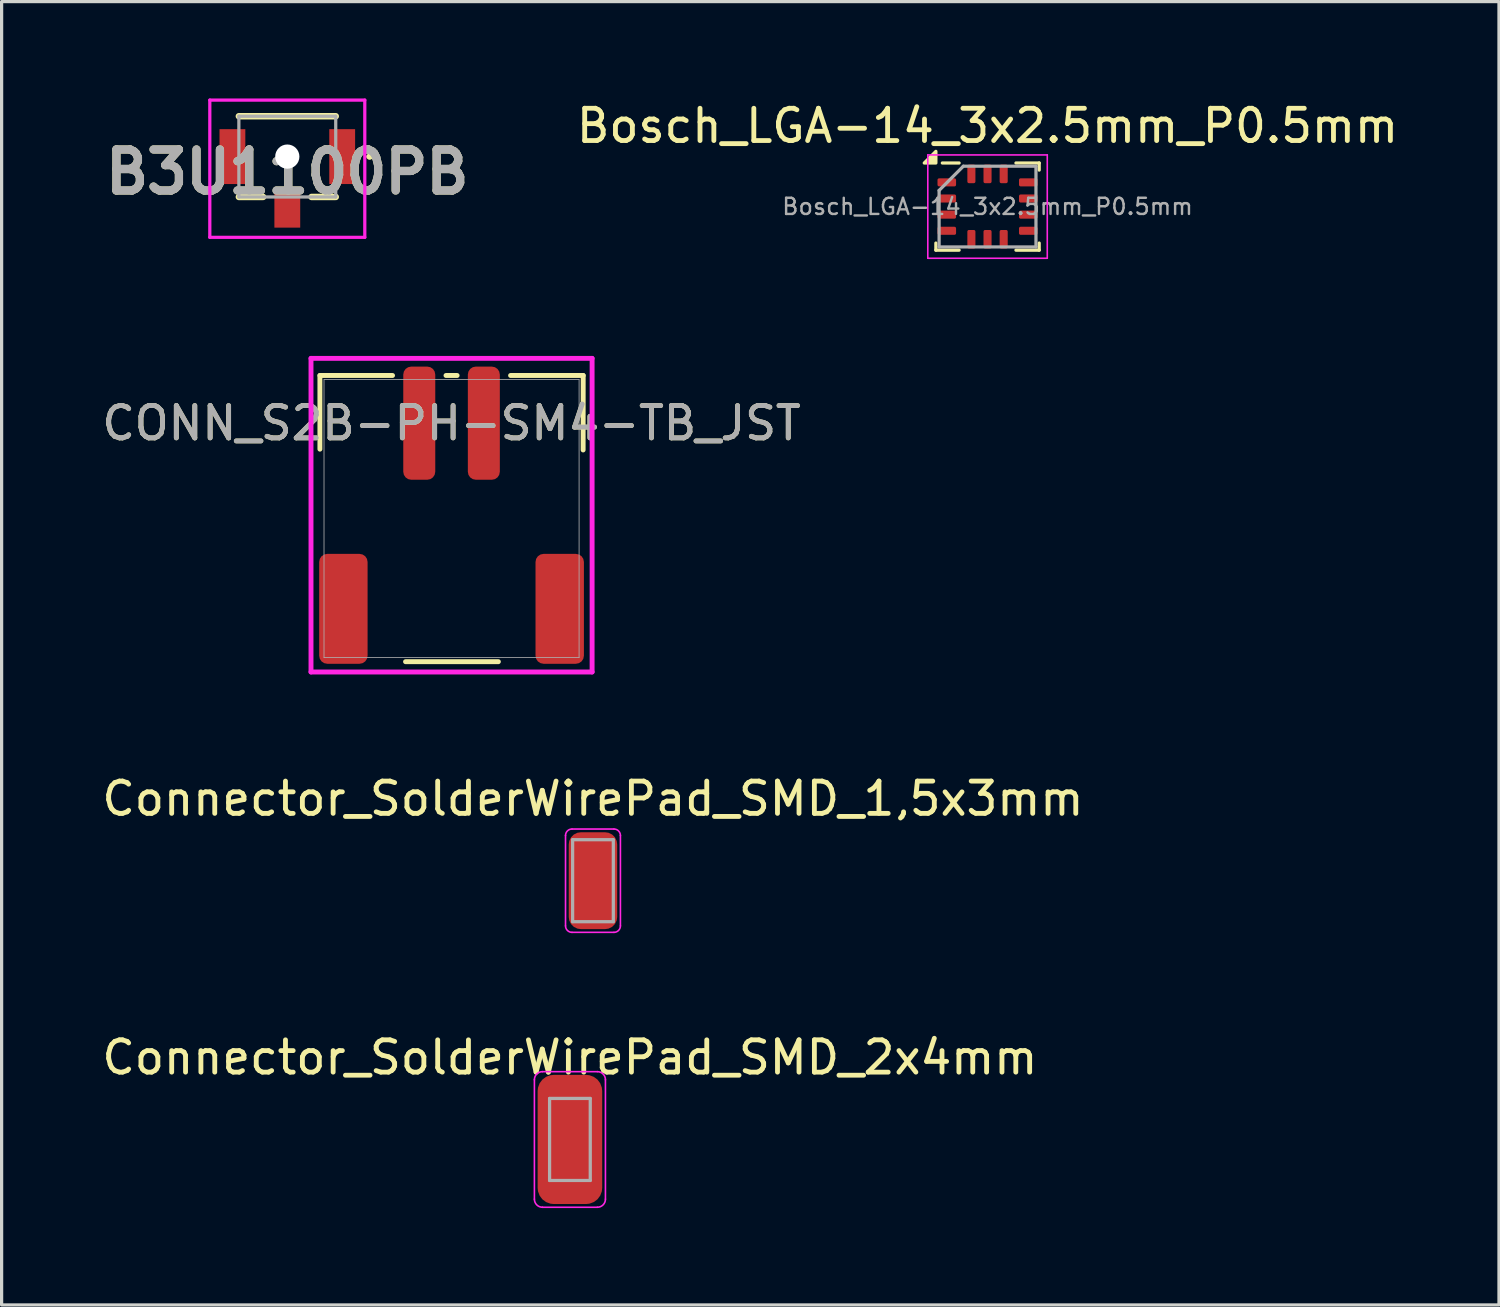
<source format=kicad_pcb>
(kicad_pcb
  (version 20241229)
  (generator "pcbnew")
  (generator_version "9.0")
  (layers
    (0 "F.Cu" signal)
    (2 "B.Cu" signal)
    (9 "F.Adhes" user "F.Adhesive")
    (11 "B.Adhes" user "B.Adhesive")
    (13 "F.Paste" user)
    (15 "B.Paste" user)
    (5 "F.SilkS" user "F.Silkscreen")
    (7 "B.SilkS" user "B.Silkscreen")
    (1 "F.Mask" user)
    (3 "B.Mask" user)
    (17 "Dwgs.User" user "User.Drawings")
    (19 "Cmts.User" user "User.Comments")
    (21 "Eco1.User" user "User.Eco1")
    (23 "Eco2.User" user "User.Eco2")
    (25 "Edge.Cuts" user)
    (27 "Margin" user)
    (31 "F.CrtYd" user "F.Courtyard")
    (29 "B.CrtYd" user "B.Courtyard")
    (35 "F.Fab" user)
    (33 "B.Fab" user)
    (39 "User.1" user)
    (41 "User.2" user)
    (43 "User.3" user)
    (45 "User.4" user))
  (footprint "Bosch_LGA-14_3x2.5mm_P0.5mm"
    (layer "F.Cu")
    (at 27.535 3.348)
    (property "Reference" "Bosch_LGA-14_3x2.5mm_P0.5mm" (at 0 -2.5 0) (layer "F.SilkS") (effects (font (size 1 1) (thickness 0.15))))
    (attr smd)
    (fp_line (start -1.6 1.35) (end -1.6 1.13) (stroke (width 0.1) (type solid)) (layer "F.SilkS"))
    (fp_line (start -1.6 1.35) (end -0.88 1.35) (stroke (width 0.1) (type solid)) (layer "F.SilkS"))
    (fp_line (start -1.4 -1.35) (end -0.88 -1.35) (stroke (width 0.1) (type solid)) (layer "F.SilkS"))
    (fp_line (start 0.88 -1.35) (end 1.6 -1.35) (stroke (width 0.1) (type solid)) (layer "F.SilkS"))
    (fp_line (start 1.6 -1.35) (end 1.6 -1.13) (stroke (width 0.1) (type solid)) (layer "F.SilkS"))
    (fp_line (start 1.6 1.13) (end 1.6 1.35) (stroke (width 0.1) (type solid)) (layer "F.SilkS"))
    (fp_line (start 1.6 1.35) (end 0.88 1.35) (stroke (width 0.1) (type solid)) (layer "F.SilkS"))
    (fp_poly (pts (xy -1.6 -1.35) (xy -1.96 -1.35) (xy -1.6 -1.71) (xy -1.6 -1.35)) (stroke (width 0.1) (type solid)) (fill yes) (layer "F.SilkS"))
    (fp_line (start -1.85 -1.6) (end 1.85 -1.6) (stroke (width 0.05) (type solid)) (layer "F.CrtYd"))
    (fp_line (start -1.85 1.6) (end -1.85 -1.6) (stroke (width 0.05) (type solid)) (layer "F.CrtYd"))
    (fp_line (start 1.85 -1.6) (end 1.85 1.6) (stroke (width 0.05) (type solid)) (layer "F.CrtYd"))
    (fp_line (start 1.85 1.6) (end -1.85 1.6) (stroke (width 0.05) (type solid)) (layer "F.CrtYd"))
    (fp_line (start -1.5 1.25) (end -1.5 -0.5) (stroke (width 0.1) (type solid)) (layer "F.Fab"))
    (fp_line (start -0.75 -1.25) (end -1.5 -0.5) (stroke (width 0.1) (type solid)) (layer "F.Fab"))
    (fp_line (start -0.75 -1.25) (end 1.5 -1.25) (stroke (width 0.1) (type solid)) (layer "F.Fab"))
    (fp_line (start 1.5 -1.25) (end 1.5 1.25) (stroke (width 0.1) (type solid)) (layer "F.Fab"))
    (fp_line (start 1.5 1.25) (end -1.5 1.25) (stroke (width 0.1) (type solid)) (layer "F.Fab"))
    (fp_text user "${REFERENCE}" (at 0 0 0) (layer "F.Fab") (effects (font (size 0.5 0.5) (thickness 0.075))))
    (pad "1" smd roundrect (at -1.262 -0.75) (size 0.575 0.25) (layers "F.Cu" "F.Mask" "F.Paste") (roundrect_rratio 0.2))
    (pad "2" smd roundrect (at -1.262 -0.25) (size 0.575 0.25) (layers "F.Cu" "F.Mask" "F.Paste") (roundrect_rratio 0.2))
    (pad "3" smd roundrect (at -1.262 0.25) (size 0.575 0.25) (layers "F.Cu" "F.Mask" "F.Paste") (roundrect_rratio 0.2))
    (pad "4" smd roundrect (at -1.262 0.75) (size 0.575 0.25) (layers "F.Cu" "F.Mask" "F.Paste") (roundrect_rratio 0.2))
    (pad "5" smd roundrect (at -0.5 1.012) (size 0.25 0.575) (layers "F.Cu" "F.Mask" "F.Paste") (roundrect_rratio 0.2))
    (pad "6" smd roundrect (at 0 1.012) (size 0.25 0.575) (layers "F.Cu" "F.Mask" "F.Paste") (roundrect_rratio 0.2))
    (pad "7" smd roundrect (at 0.5 1.012) (size 0.25 0.575) (layers "F.Cu" "F.Mask" "F.Paste") (roundrect_rratio 0.2))
    (pad "8" smd roundrect (at 1.262 0.75) (size 0.575 0.25) (layers "F.Cu" "F.Mask" "F.Paste") (roundrect_rratio 0.2))
    (pad "9" smd roundrect (at 1.262 0.25) (size 0.575 0.25) (layers "F.Cu" "F.Mask" "F.Paste") (roundrect_rratio 0.2))
    (pad "10" smd roundrect (at 1.262 -0.25) (size 0.575 0.25) (layers "F.Cu" "F.Mask" "F.Paste") (roundrect_rratio 0.2))
    (pad "11" smd roundrect (at 1.262 -0.75) (size 0.575 0.25) (layers "F.Cu" "F.Mask" "F.Paste") (roundrect_rratio 0.2))
    (pad "12" smd roundrect (at 0.5 -1.012) (size 0.25 0.575) (layers "F.Cu" "F.Mask" "F.Paste") (roundrect_rratio 0.2))
    (pad "13" smd roundrect (at 0 -1.012) (size 0.25 0.575) (layers "F.Cu" "F.Mask" "F.Paste") (roundrect_rratio 0.2))
    (pad "14" smd roundrect (at -0.5 -1.012) (size 0.25 0.575) (layers "F.Cu" "F.Mask" "F.Paste") (roundrect_rratio 0.2)))
  (footprint "CONN_S2B-PH-SM4-TB_JST"
    (layer "F.Cu")
    (at 10.935 13.011)
    (property "Reference" "CONN_S2B-PH-SM4-TB_JST" (at 0 -2.955 0) (unlocked yes) (layer "F.SilkS") (effects (font (size 1 1) (thickness 0.15))))
    (attr smd)
    (fp_line (start -4.077 -4.432) (end -4.077 -2.15) (stroke (width 0.152) (type solid)) (layer "F.SilkS"))
    (fp_line (start -1.828 -4.432) (end -4.077 -4.432) (stroke (width 0.152) (type solid)) (layer "F.SilkS"))
    (fp_line (start -1.425 4.432) (end 1.45 4.432) (stroke (width 0.152) (type solid)) (layer "F.SilkS"))
    (fp_line (start 0.172 -4.432) (end -0.172 -4.432) (stroke (width 0.152) (type solid)) (layer "F.SilkS"))
    (fp_line (start 4.075 -2.125) (end 4.077 -4.432) (stroke (width 0.152) (type solid)) (layer "F.SilkS"))
    (fp_line (start 4.077 -4.432) (end 1.828 -4.432) (stroke (width 0.152) (type solid)) (layer "F.SilkS"))
    (fp_line (start -4.353 -4.962) (end -4.353 4.751) (stroke (width 0.152) (type solid)) (layer "F.CrtYd"))
    (fp_line (start -4.353 4.751) (end 4.353 4.751) (stroke (width 0.152) (type solid)) (layer "F.CrtYd"))
    (fp_line (start 4.353 -4.962) (end -4.353 -4.962) (stroke (width 0.152) (type solid)) (layer "F.CrtYd"))
    (fp_line (start 4.353 4.751) (end 4.353 -4.962) (stroke (width 0.152) (type solid)) (layer "F.CrtYd"))
    (fp_line (start -3.95 -4.305) (end -3.95 4.305) (stroke (width 0.025) (type solid)) (layer "F.Fab"))
    (fp_line (start -3.95 4.305) (end 3.95 4.305) (stroke (width 0.025) (type solid)) (layer "F.Fab"))
    (fp_line (start 3.95 -4.305) (end -3.95 -4.305) (stroke (width 0.025) (type solid)) (layer "F.Fab"))
    (fp_line (start 3.95 4.305) (end 3.95 -4.305) (stroke (width 0.025) (type solid)) (layer "F.Fab"))
    (fp_text user "${REFERENCE}" (at 0 -2.955 0) (unlocked yes) (layer "F.Fab") (effects (font (size 1 1) (thickness 0.15))))
    (pad "1" smd roundrect (at -1 -2.955) (size 0.991 3.505) (layers "F.Cu" "F.Mask" "F.Paste") (roundrect_rratio 0.25))
    (pad "2" smd roundrect (at 1 -2.955) (size 0.991 3.505) (layers "F.Cu" "F.Mask" "F.Paste") (roundrect_rratio 0.25))
    (pad "3" smd roundrect (at -3.35 2.795) (size 1.499 3.404) (layers "F.Cu" "F.Mask" "F.Paste") (roundrect_rratio 0.167))
    (pad "4" smd roundrect (at 3.35 2.795) (size 1.499 3.404) (layers "F.Cu" "F.Mask" "F.Paste") (roundrect_rratio 0.167)))
  (footprint "Connector_SolderWirePad_SMD_2x4mm"
    (layer "F.Cu")
    (at 14.601 32.24)
    (property "Reference" "Connector_SolderWirePad_SMD_2x4mm" (at 0 -2.54 0) (layer "F.SilkS") (effects (font (size 1 1) (thickness 0.15))))
    (attr exclude_from_pos_files exclude_from_bom)
    (fp_line (start -1.1 1.85) (end -1.1 -1.85) (stroke (width 0.05) (type default)) (layer "F.CrtYd"))
    (fp_line (start -0.85 -2.1) (end 0.85 -2.1) (stroke (width 0.05) (type default)) (layer "F.CrtYd"))
    (fp_line (start 0.85 2.1) (end -0.85 2.1) (stroke (width 0.05) (type default)) (layer "F.CrtYd"))
    (fp_line (start 1.1 -1.85) (end 1.1 1.85) (stroke (width 0.05) (type default)) (layer "F.CrtYd"))
    (fp_arc (start -1.1 -1.85) (mid -1.026777 -2.026777) (end -0.85 -2.1) (stroke (width 0.05) (type default)) (layer "F.CrtYd"))
    (fp_arc (start -0.85 2.1) (mid -1.026777 2.026777) (end -1.1 1.85) (stroke (width 0.05) (type default)) (layer "F.CrtYd"))
    (fp_arc (start 0.85 -2.1) (mid 1.026777 -2.026777) (end 1.1 -1.85) (stroke (width 0.05) (type default)) (layer "F.CrtYd"))
    (fp_arc (start 1.1 1.85) (mid 1.026777 2.026777) (end 0.85 2.1) (stroke (width 0.05) (type default)) (layer "F.CrtYd"))
    (fp_line (start -0.63 -1.27) (end 0.63 -1.27) (stroke (width 0.1) (type solid)) (layer "F.Fab"))
    (fp_line (start -0.63 1.27) (end -0.63 -1.27) (stroke (width 0.1) (type solid)) (layer "F.Fab"))
    (fp_line (start 0.63 -1.27) (end 0.63 1.27) (stroke (width 0.1) (type solid)) (layer "F.Fab"))
    (fp_line (start 0.63 1.27) (end -0.63 1.27) (stroke (width 0.1) (type solid)) (layer "F.Fab"))
    (pad "1" smd roundrect (at 0 0) (size 2 4) (layers "F.Cu" "F.Mask" "F.Paste") (roundrect_rratio 0.25)))
  (footprint "Connector_SolderWirePad_SMD_1,5x3mm"
    (layer "F.Cu")
    (at 15.315 24.226)
    (property "Reference" "Connector_SolderWirePad_SMD_1,5x3mm" (at 0 -2.54 0) (layer "F.SilkS") (effects (font (size 1 1) (thickness 0.15))))
    (attr exclude_from_pos_files exclude_from_bom)
    (fp_line (start -0.85 1.4) (end -0.85 -1.4) (stroke (width 0.05) (type default)) (layer "F.CrtYd"))
    (fp_line (start -0.65 -1.6) (end 0.65 -1.6) (stroke (width 0.05) (type default)) (layer "F.CrtYd"))
    (fp_line (start 0.65 1.6) (end -0.65 1.6) (stroke (width 0.05) (type default)) (layer "F.CrtYd"))
    (fp_line (start 0.85 -1.4) (end 0.85 1.4) (stroke (width 0.05) (type default)) (layer "F.CrtYd"))
    (fp_arc (start -0.85 -1.4) (mid -0.791421 -1.541421) (end -0.65 -1.6) (stroke (width 0.05) (type default)) (layer "F.CrtYd"))
    (fp_arc (start -0.65 1.6) (mid -0.791421 1.541421) (end -0.85 1.4) (stroke (width 0.05) (type default)) (layer "F.CrtYd"))
    (fp_arc (start 0.65 -1.6) (mid 0.791421 -1.541421) (end 0.85 -1.4) (stroke (width 0.05) (type default)) (layer "F.CrtYd"))
    (fp_arc (start 0.85 1.4) (mid 0.791421 1.541421) (end 0.65 1.6) (stroke (width 0.05) (type default)) (layer "F.CrtYd"))
    (fp_line (start -0.63 -1.27) (end 0.63 -1.27) (stroke (width 0.1) (type solid)) (layer "F.Fab"))
    (fp_line (start -0.63 1.27) (end -0.63 -1.27) (stroke (width 0.1) (type solid)) (layer "F.Fab"))
    (fp_line (start 0.63 -1.27) (end 0.63 1.27) (stroke (width 0.1) (type solid)) (layer "F.Fab"))
    (fp_line (start 0.63 1.27) (end -0.63 1.27) (stroke (width 0.1) (type solid)) (layer "F.Fab"))
    (pad "1" smd roundrect (at 0 0) (size 1.5 3) (layers "F.Cu" "F.Mask" "F.Paste") (roundrect_rratio 0.25)))
  (footprint "B3U1100PB"
    (layer "F.Cu")
    (at 5.848 1.8)
    (property "Reference" "B3U1100PB" (at 0 0.475 0) (layer "F.SilkS") (effects (font (size 1.27 1.27) (thickness 0.254))))
    (attr through_hole)
    (fp_line (start -1.5 -1.25) (end 1.5 -1.25) (stroke (width 0.2) (type solid)) (layer "F.SilkS"))
    (fp_line (start -1.5 1.25) (end -0.75 1.25) (stroke (width 0.2) (type solid)) (layer "F.SilkS"))
    (fp_line (start 0.75 1.25) (end 1.5 1.25) (stroke (width 0.2) (type solid)) (layer "F.SilkS"))
    (fp_line (start 2.5 0) (end 2.5 0) (stroke (width 0.1) (type solid)) (layer "F.SilkS"))
    (fp_line (start 2.6 0) (end 2.6 0) (stroke (width 0.1) (type solid)) (layer "F.SilkS"))
    (fp_arc (start 2.5 0) (mid 2.55 -0.05) (end 2.6 0) (stroke (width 0.1) (type solid)) (layer "F.SilkS"))
    (fp_arc (start 2.6 0) (mid 2.55 0.05) (end 2.5 0) (stroke (width 0.1) (type solid)) (layer "F.SilkS"))
    (fp_line (start -2.4 -1.75) (end 2.4 -1.75) (stroke (width 0.1) (type solid)) (layer "F.CrtYd"))
    (fp_line (start -2.4 2.5) (end -2.4 -1.75) (stroke (width 0.1) (type solid)) (layer "F.CrtYd"))
    (fp_line (start 2.4 -1.75) (end 2.4 2.5) (stroke (width 0.1) (type solid)) (layer "F.CrtYd"))
    (fp_line (start 2.4 2.5) (end -2.4 2.5) (stroke (width 0.1) (type solid)) (layer "F.CrtYd"))
    (fp_line (start -1.5 -1.25) (end 1.5 -1.25) (stroke (width 0.1) (type solid)) (layer "F.Fab"))
    (fp_line (start -1.5 1.25) (end -1.5 -1.25) (stroke (width 0.1) (type solid)) (layer "F.Fab"))
    (fp_line (start 1.5 -1.25) (end 1.5 1.25) (stroke (width 0.1) (type solid)) (layer "F.Fab"))
    (fp_line (start 1.5 1.25) (end -1.5 1.25) (stroke (width 0.1) (type solid)) (layer "F.Fab"))
    (fp_text user "${REFERENCE}" (at 0 0.475 0) (layer "F.Fab") (effects (font (size 1.27 1.27) (thickness 0.254))))
    (pad "" np_thru_hole circle (at 0 0) (size 0.75 0.75) (drill 0.75) (layers "*.Cu" "*.Mask"))
    (pad "1" smd rect (at 1.7 0) (size 0.8 1.7) (layers "F.Cu" "F.Mask" "F.Paste"))
    (pad "2" smd rect (at -1.7 0) (size 0.8 1.7) (layers "F.Cu" "F.Mask" "F.Paste"))
    (pad "3" smd rect (at 0 1.65) (size 0.8 1.1) (layers "F.Cu" "F.Mask" "F.Paste")))
  (gr_rect
    (start -3 -3)
    (end 43.375 37.365)
    (stroke (width 0.1) (type default))
    (fill no)
    (layer "Edge.Cuts")))
</source>
